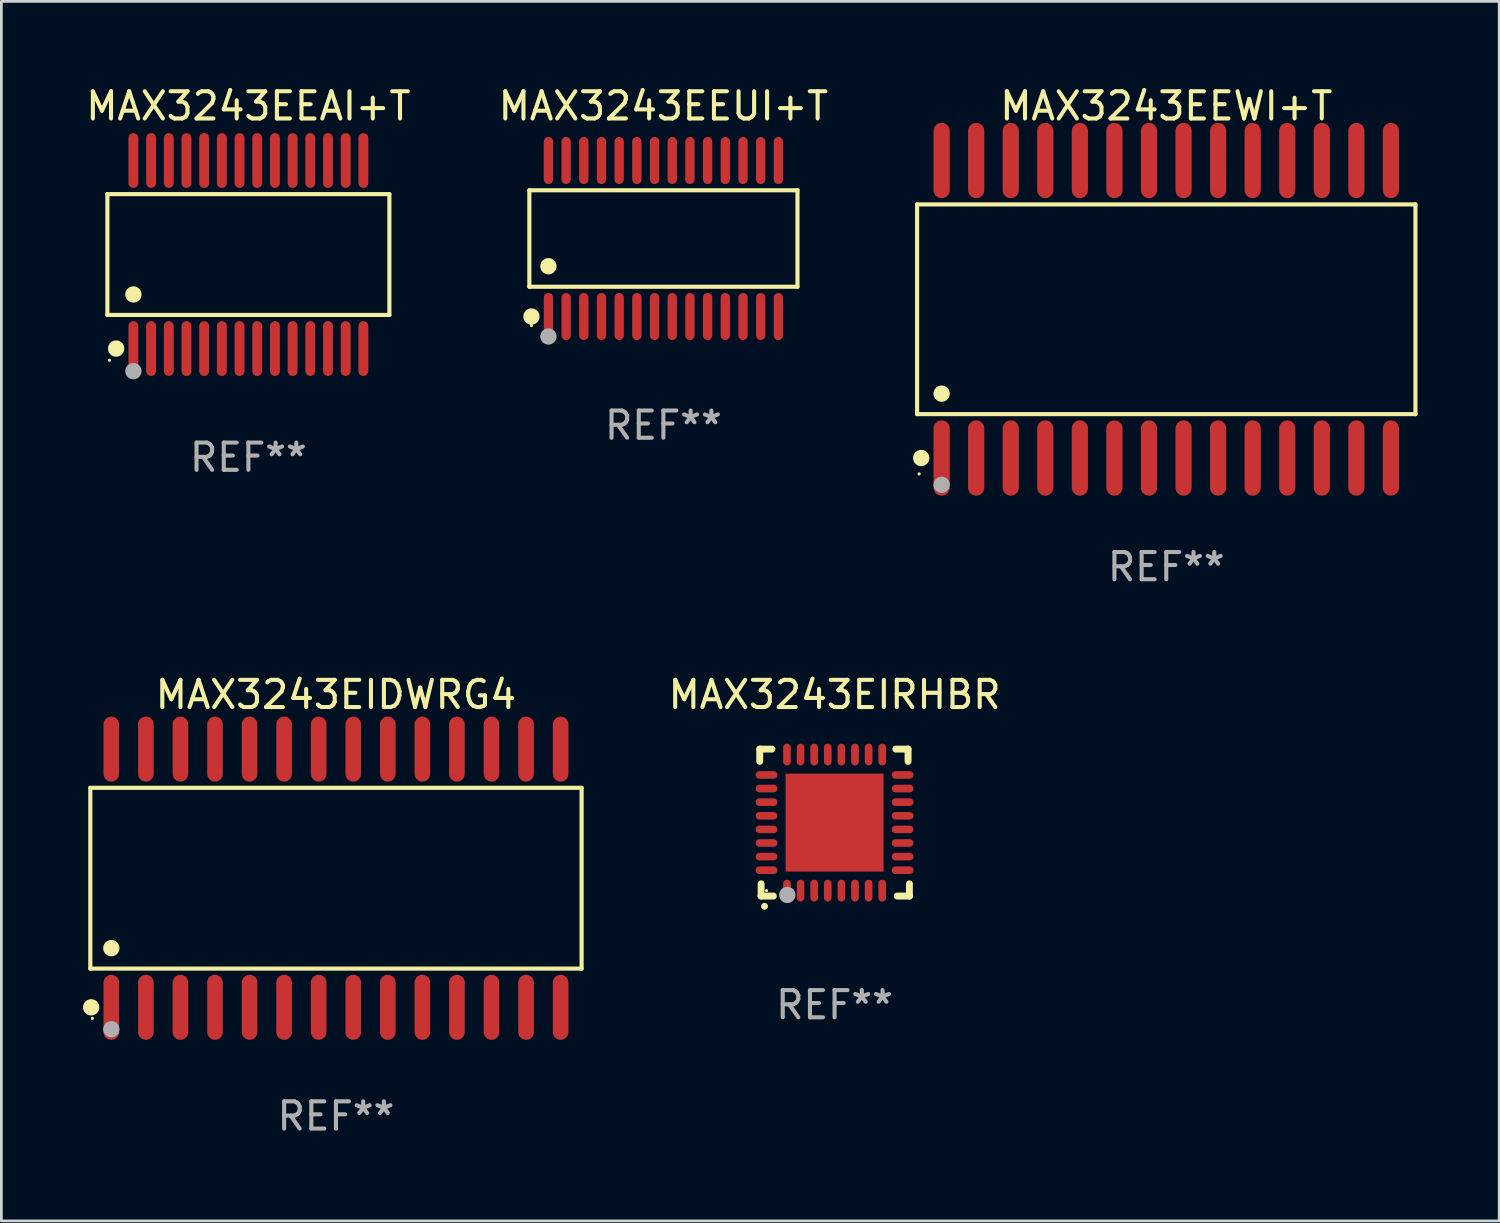
<source format=kicad_pcb>
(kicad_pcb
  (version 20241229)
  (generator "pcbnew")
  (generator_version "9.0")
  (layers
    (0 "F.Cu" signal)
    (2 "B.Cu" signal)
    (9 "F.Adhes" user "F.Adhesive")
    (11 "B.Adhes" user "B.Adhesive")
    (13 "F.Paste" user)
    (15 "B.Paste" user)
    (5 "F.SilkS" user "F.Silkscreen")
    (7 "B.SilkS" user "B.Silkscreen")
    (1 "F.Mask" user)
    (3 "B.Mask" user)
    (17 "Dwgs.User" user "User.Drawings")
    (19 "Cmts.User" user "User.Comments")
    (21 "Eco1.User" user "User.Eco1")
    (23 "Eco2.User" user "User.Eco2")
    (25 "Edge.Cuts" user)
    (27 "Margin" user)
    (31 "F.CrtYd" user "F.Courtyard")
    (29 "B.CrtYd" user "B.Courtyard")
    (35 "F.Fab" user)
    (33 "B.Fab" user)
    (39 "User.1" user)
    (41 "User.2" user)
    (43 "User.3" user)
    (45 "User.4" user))
  (footprint "MAX3243EIRHBR"
    (layer "F.Cu")
    (at 27.617 27.176)
    (property "Reference" "MAX3243EIRHBR" (at 0 -4.7 0) (layer "F.SilkS") (effects (font (size 1 1) (thickness 0.15))))
    (attr through_hole)
    (fp_line (start -2.75 -2.7) (end -2.75 -2.25) (stroke (width 0.254) (type solid)) (layer "F.SilkS"))
    (fp_line (start -2.7 2.7) (end -2.7 2.25) (stroke (width 0.254) (type solid)) (layer "F.SilkS"))
    (fp_line (start -2.3 -2.7) (end -2.75 -2.7) (stroke (width 0.254) (type solid)) (layer "F.SilkS"))
    (fp_line (start -2.25 2.7) (end -2.7 2.7) (stroke (width 0.254) (type solid)) (layer "F.SilkS"))
    (fp_line (start 2.3 2.7) (end 2.75 2.7) (stroke (width 0.254) (type solid)) (layer "F.SilkS"))
    (fp_line (start 2.7 -2.7) (end 2.25 -2.7) (stroke (width 0.254) (type solid)) (layer "F.SilkS"))
    (fp_line (start 2.7 -2.25) (end 2.7 -2.7) (stroke (width 0.254) (type solid)) (layer "F.SilkS"))
    (fp_line (start 2.75 2.7) (end 2.75 2.25) (stroke (width 0.254) (type solid)) (layer "F.SilkS"))
    (fp_arc (start -2.575565 3.075946) (mid -2.574295 3.07594) (end -2.573025 3.075946) (stroke (width 0.25) (type solid)) (layer "F.SilkS"))
    (fp_circle (center -2.5 2.5) (end -2.47 2.5) (stroke (width 0.06) (type solid)) (fill no) (layer "F.SilkS"))
    (fp_circle (center -1.737 2.659) (end -1.587 2.659) (stroke (width 0.3) (type solid)) (fill no) (layer "F.Fab"))
    (fp_text user "REF**" (at 0 6.7 0) (layer "F.Fab") (effects (font (size 1 1) (thickness 0.15))))
    (pad "1" smd oval (at -1.75 2.5) (size 0.28 0.8) (layers "F.Cu" "F.Mask" "F.Paste"))
    (pad "2" smd oval (at -1.25 2.5) (size 0.28 0.8) (layers "F.Cu" "F.Mask" "F.Paste"))
    (pad "3" smd oval (at -0.75 2.5) (size 0.28 0.8) (layers "F.Cu" "F.Mask" "F.Paste"))
    (pad "4" smd oval (at -0.25 2.5) (size 0.28 0.8) (layers "F.Cu" "F.Mask" "F.Paste"))
    (pad "5" smd oval (at 0.25 2.5) (size 0.28 0.8) (layers "F.Cu" "F.Mask" "F.Paste"))
    (pad "6" smd oval (at 0.75 2.5) (size 0.28 0.8) (layers "F.Cu" "F.Mask" "F.Paste"))
    (pad "7" smd oval (at 1.25 2.5) (size 0.28 0.8) (layers "F.Cu" "F.Mask" "F.Paste"))
    (pad "8" smd oval (at 1.75 2.5) (size 0.28 0.8) (layers "F.Cu" "F.Mask" "F.Paste"))
    (pad "9" smd oval (at 2.5 1.75) (size 0.8 0.28) (layers "F.Cu" "F.Mask" "F.Paste"))
    (pad "10" smd oval (at 2.5 1.25) (size 0.8 0.28) (layers "F.Cu" "F.Mask" "F.Paste"))
    (pad "11" smd oval (at 2.5 0.75) (size 0.8 0.28) (layers "F.Cu" "F.Mask" "F.Paste"))
    (pad "12" smd oval (at 2.5 0.25) (size 0.8 0.28) (layers "F.Cu" "F.Mask" "F.Paste"))
    (pad "13" smd oval (at 2.5 -0.25) (size 0.8 0.28) (layers "F.Cu" "F.Mask" "F.Paste"))
    (pad "14" smd oval (at 2.5 -0.75) (size 0.8 0.28) (layers "F.Cu" "F.Mask" "F.Paste"))
    (pad "15" smd oval (at 2.5 -1.25) (size 0.8 0.28) (layers "F.Cu" "F.Mask" "F.Paste"))
    (pad "16" smd oval (at 2.5 -1.75) (size 0.8 0.28) (layers "F.Cu" "F.Mask" "F.Paste"))
    (pad "17" smd oval (at 1.75 -2.5) (size 0.28 0.8) (layers "F.Cu" "F.Mask" "F.Paste"))
    (pad "18" smd oval (at 1.25 -2.5) (size 0.28 0.8) (layers "F.Cu" "F.Mask" "F.Paste"))
    (pad "19" smd oval (at 0.75 -2.5) (size 0.28 0.8) (layers "F.Cu" "F.Mask" "F.Paste"))
    (pad "20" smd oval (at 0.25 -2.5) (size 0.28 0.8) (layers "F.Cu" "F.Mask" "F.Paste"))
    (pad "21" smd oval (at -0.25 -2.5) (size 0.28 0.8) (layers "F.Cu" "F.Mask" "F.Paste"))
    (pad "22" smd oval (at -0.75 -2.5) (size 0.28 0.8) (layers "F.Cu" "F.Mask" "F.Paste"))
    (pad "23" smd oval (at -1.25 -2.5) (size 0.28 0.8) (layers "F.Cu" "F.Mask" "F.Paste"))
    (pad "24" smd oval (at -1.75 -2.5) (size 0.28 0.8) (layers "F.Cu" "F.Mask" "F.Paste"))
    (pad "25" smd oval (at -2.5 -1.75) (size 0.8 0.28) (layers "F.Cu" "F.Mask" "F.Paste"))
    (pad "26" smd oval (at -2.5 -1.25) (size 0.8 0.28) (layers "F.Cu" "F.Mask" "F.Paste"))
    (pad "27" smd oval (at -2.5 -0.75) (size 0.8 0.28) (layers "F.Cu" "F.Mask" "F.Paste"))
    (pad "28" smd oval (at -2.5 -0.25) (size 0.8 0.28) (layers "F.Cu" "F.Mask" "F.Paste"))
    (pad "29" smd oval (at -2.5 0.25) (size 0.8 0.28) (layers "F.Cu" "F.Mask" "F.Paste"))
    (pad "30" smd oval (at -2.5 0.75) (size 0.8 0.28) (layers "F.Cu" "F.Mask" "F.Paste"))
    (pad "31" smd oval (at -2.5 1.25) (size 0.8 0.28) (layers "F.Cu" "F.Mask" "F.Paste"))
    (pad "32" smd oval (at -2.5 1.75) (size 0.8 0.28) (layers "F.Cu" "F.Mask" "F.Paste"))
    (pad "33" smd rect (at 0.000076 0.000076) (size 3.6 3.6) (layers "F.Cu" "F.Mask" "F.Paste")))
  (footprint "MAX3243EEWI+T"
    (layer "F.Cu")
    (at 39.805 8.314)
    (property "Reference" "MAX3243EEWI+T" (at 0 -7.466 0) (layer "F.SilkS") (effects (font (size 1 1) (thickness 0.15))))
    (attr through_hole)
    (fp_line (start -9.156 -3.854) (end 9.156 -3.854) (stroke (width 0.152) (type solid)) (layer "F.SilkS"))
    (fp_line (start -9.156 3.854) (end -9.156 -3.854) (stroke (width 0.152) (type solid)) (layer "F.SilkS"))
    (fp_line (start 9.156 -3.854) (end 9.156 3.854) (stroke (width 0.152) (type solid)) (layer "F.SilkS"))
    (fp_line (start 9.156 3.854) (end -9.156 3.854) (stroke (width 0.152) (type solid)) (layer "F.SilkS"))
    (fp_circle (center -9.08 6.05) (end -9.05 6.05) (stroke (width 0.06) (type solid)) (fill no) (layer "F.SilkS"))
    (fp_circle (center -9.005 5.466) (end -8.855 5.466) (stroke (width 0.3) (type solid)) (fill no) (layer "F.SilkS"))
    (fp_circle (center -8.255 3.102) (end -8.105 3.102) (stroke (width 0.3) (type solid)) (fill no) (layer "F.SilkS"))
    (fp_circle (center -8.255 6.45) (end -8.105 6.45) (stroke (width 0.3) (type solid)) (fill no) (layer "F.Fab"))
    (fp_text user "REF**" (at 0 9.466 0) (layer "F.Fab") (effects (font (size 1 1) (thickness 0.15))))
    (pad "1" smd oval (at -8.255 5.466) (size 0.595 2.766) (layers "F.Cu" "F.Mask" "F.Paste"))
    (pad "2" smd oval (at -6.985 5.466) (size 0.595 2.766) (layers "F.Cu" "F.Mask" "F.Paste"))
    (pad "3" smd oval (at -5.715 5.466) (size 0.595 2.766) (layers "F.Cu" "F.Mask" "F.Paste"))
    (pad "4" smd oval (at -4.445 5.466) (size 0.595 2.766) (layers "F.Cu" "F.Mask" "F.Paste"))
    (pad "5" smd oval (at -3.175 5.466) (size 0.595 2.766) (layers "F.Cu" "F.Mask" "F.Paste"))
    (pad "6" smd oval (at -1.905 5.466) (size 0.595 2.766) (layers "F.Cu" "F.Mask" "F.Paste"))
    (pad "7" smd oval (at -0.635 5.466) (size 0.595 2.766) (layers "F.Cu" "F.Mask" "F.Paste"))
    (pad "8" smd oval (at 0.635 5.466) (size 0.595 2.766) (layers "F.Cu" "F.Mask" "F.Paste"))
    (pad "9" smd oval (at 1.905 5.466) (size 0.595 2.766) (layers "F.Cu" "F.Mask" "F.Paste"))
    (pad "10" smd oval (at 3.175 5.466) (size 0.595 2.766) (layers "F.Cu" "F.Mask" "F.Paste"))
    (pad "11" smd oval (at 4.445 5.466) (size 0.595 2.766) (layers "F.Cu" "F.Mask" "F.Paste"))
    (pad "12" smd oval (at 5.715 5.466) (size 0.595 2.766) (layers "F.Cu" "F.Mask" "F.Paste"))
    (pad "13" smd oval (at 6.985 5.466) (size 0.595 2.766) (layers "F.Cu" "F.Mask" "F.Paste"))
    (pad "14" smd oval (at 8.255 5.466) (size 0.595 2.766) (layers "F.Cu" "F.Mask" "F.Paste"))
    (pad "15" smd oval (at 8.255 -5.466) (size 0.595 2.766) (layers "F.Cu" "F.Mask" "F.Paste"))
    (pad "16" smd oval (at 6.985 -5.466) (size 0.595 2.766) (layers "F.Cu" "F.Mask" "F.Paste"))
    (pad "17" smd oval (at 5.715 -5.466) (size 0.595 2.766) (layers "F.Cu" "F.Mask" "F.Paste"))
    (pad "18" smd oval (at 4.445 -5.466) (size 0.595 2.766) (layers "F.Cu" "F.Mask" "F.Paste"))
    (pad "19" smd oval (at 3.175 -5.466) (size 0.595 2.766) (layers "F.Cu" "F.Mask" "F.Paste"))
    (pad "20" smd oval (at 1.905 -5.466) (size 0.595 2.766) (layers "F.Cu" "F.Mask" "F.Paste"))
    (pad "21" smd oval (at 0.635 -5.466) (size 0.595 2.766) (layers "F.Cu" "F.Mask" "F.Paste"))
    (pad "22" smd oval (at -0.635 -5.466) (size 0.595 2.766) (layers "F.Cu" "F.Mask" "F.Paste"))
    (pad "23" smd oval (at -1.905 -5.466) (size 0.595 2.766) (layers "F.Cu" "F.Mask" "F.Paste"))
    (pad "24" smd oval (at -3.175 -5.466) (size 0.595 2.766) (layers "F.Cu" "F.Mask" "F.Paste"))
    (pad "25" smd oval (at -4.445 -5.466) (size 0.595 2.766) (layers "F.Cu" "F.Mask" "F.Paste"))
    (pad "26" smd oval (at -5.715 -5.466) (size 0.595 2.766) (layers "F.Cu" "F.Mask" "F.Paste"))
    (pad "27" smd oval (at -6.985 -5.466) (size 0.595 2.766) (layers "F.Cu" "F.Mask" "F.Paste"))
    (pad "28" smd oval (at -8.255 -5.466) (size 0.595 2.766) (layers "F.Cu" "F.Mask" "F.Paste")))
  (footprint "MAX3243EIDWRG4"
    (layer "F.Cu")
    (at 9.295 29.22)
    (property "Reference" "MAX3243EIDWRG4" (at 0 -6.744 0) (layer "F.SilkS") (effects (font (size 1 1) (thickness 0.15))))
    (attr through_hole)
    (fp_line (start -9.026 -3.321) (end 9.026 -3.321) (stroke (width 0.152) (type solid)) (layer "F.SilkS"))
    (fp_line (start -9.026 3.321) (end -9.026 -3.321) (stroke (width 0.152) (type solid)) (layer "F.SilkS"))
    (fp_line (start 9.026 -3.321) (end 9.026 3.321) (stroke (width 0.152) (type solid)) (layer "F.SilkS"))
    (fp_line (start 9.026 3.321) (end -9.026 3.321) (stroke (width 0.152) (type solid)) (layer "F.SilkS"))
    (fp_circle (center -8.994 4.744) (end -8.844 4.744) (stroke (width 0.3) (type solid)) (fill no) (layer "F.SilkS"))
    (fp_circle (center -8.95 5.15) (end -8.92 5.15) (stroke (width 0.06) (type solid)) (fill no) (layer "F.SilkS"))
    (fp_circle (center -8.255 2.569) (end -8.105 2.569) (stroke (width 0.3) (type solid)) (fill no) (layer "F.SilkS"))
    (fp_circle (center -8.255 5.55) (end -8.105 5.55) (stroke (width 0.3) (type solid)) (fill no) (layer "F.Fab"))
    (fp_text user "REF**" (at 0 8.744 0) (layer "F.Fab") (effects (font (size 1 1) (thickness 0.15))))
    (pad "1" smd oval (at -8.255 4.744) (size 0.574 2.388) (layers "F.Cu" "F.Mask" "F.Paste"))
    (pad "2" smd oval (at -6.985 4.744) (size 0.574 2.388) (layers "F.Cu" "F.Mask" "F.Paste"))
    (pad "3" smd oval (at -5.715 4.744) (size 0.574 2.388) (layers "F.Cu" "F.Mask" "F.Paste"))
    (pad "4" smd oval (at -4.445 4.744) (size 0.574 2.388) (layers "F.Cu" "F.Mask" "F.Paste"))
    (pad "5" smd oval (at -3.175 4.744) (size 0.574 2.388) (layers "F.Cu" "F.Mask" "F.Paste"))
    (pad "6" smd oval (at -1.905 4.744) (size 0.574 2.388) (layers "F.Cu" "F.Mask" "F.Paste"))
    (pad "7" smd oval (at -0.635 4.744) (size 0.574 2.388) (layers "F.Cu" "F.Mask" "F.Paste"))
    (pad "8" smd oval (at 0.635 4.744) (size 0.574 2.388) (layers "F.Cu" "F.Mask" "F.Paste"))
    (pad "9" smd oval (at 1.905 4.744) (size 0.574 2.388) (layers "F.Cu" "F.Mask" "F.Paste"))
    (pad "10" smd oval (at 3.175 4.744) (size 0.574 2.388) (layers "F.Cu" "F.Mask" "F.Paste"))
    (pad "11" smd oval (at 4.445 4.744) (size 0.574 2.388) (layers "F.Cu" "F.Mask" "F.Paste"))
    (pad "12" smd oval (at 5.715 4.744) (size 0.574 2.388) (layers "F.Cu" "F.Mask" "F.Paste"))
    (pad "13" smd oval (at 6.985 4.744) (size 0.574 2.388) (layers "F.Cu" "F.Mask" "F.Paste"))
    (pad "14" smd oval (at 8.255 4.744) (size 0.574 2.388) (layers "F.Cu" "F.Mask" "F.Paste"))
    (pad "15" smd oval (at 8.255 -4.744) (size 0.574 2.388) (layers "F.Cu" "F.Mask" "F.Paste"))
    (pad "16" smd oval (at 6.985 -4.744) (size 0.574 2.388) (layers "F.Cu" "F.Mask" "F.Paste"))
    (pad "17" smd oval (at 5.715 -4.744) (size 0.574 2.388) (layers "F.Cu" "F.Mask" "F.Paste"))
    (pad "18" smd oval (at 4.445 -4.744) (size 0.574 2.388) (layers "F.Cu" "F.Mask" "F.Paste"))
    (pad "19" smd oval (at 3.175 -4.744) (size 0.574 2.388) (layers "F.Cu" "F.Mask" "F.Paste"))
    (pad "20" smd oval (at 1.905 -4.744) (size 0.574 2.388) (layers "F.Cu" "F.Mask" "F.Paste"))
    (pad "21" smd oval (at 0.635 -4.744) (size 0.574 2.388) (layers "F.Cu" "F.Mask" "F.Paste"))
    (pad "22" smd oval (at -0.635 -4.744) (size 0.574 2.388) (layers "F.Cu" "F.Mask" "F.Paste"))
    (pad "23" smd oval (at -1.905 -4.744) (size 0.574 2.388) (layers "F.Cu" "F.Mask" "F.Paste"))
    (pad "24" smd oval (at -3.175 -4.744) (size 0.574 2.388) (layers "F.Cu" "F.Mask" "F.Paste"))
    (pad "25" smd oval (at -4.445 -4.744) (size 0.574 2.388) (layers "F.Cu" "F.Mask" "F.Paste"))
    (pad "26" smd oval (at -5.715 -4.744) (size 0.574 2.388) (layers "F.Cu" "F.Mask" "F.Paste"))
    (pad "27" smd oval (at -6.985 -4.744) (size 0.574 2.388) (layers "F.Cu" "F.Mask" "F.Paste"))
    (pad "28" smd oval (at -8.255 -4.744) (size 0.574 2.388) (layers "F.Cu" "F.Mask" "F.Paste")))
  (footprint "MAX3243EEAI+T"
    (layer "F.Cu")
    (at 6.077 6.303)
    (property "Reference" "MAX3243EEAI+T" (at 0 -5.455 0) (layer "F.SilkS") (effects (font (size 1 1) (thickness 0.15))))
    (attr through_hole)
    (fp_line (start -5.181 -2.219) (end 5.181 -2.219) (stroke (width 0.152) (type solid)) (layer "F.SilkS"))
    (fp_line (start -5.181 2.219) (end -5.181 -2.219) (stroke (width 0.152) (type solid)) (layer "F.SilkS"))
    (fp_line (start 5.181 -2.219) (end 5.181 2.219) (stroke (width 0.152) (type solid)) (layer "F.SilkS"))
    (fp_line (start 5.181 2.219) (end -5.181 2.219) (stroke (width 0.152) (type solid)) (layer "F.SilkS"))
    (fp_circle (center -5.105 3.885) (end -5.075 3.885) (stroke (width 0.06) (type solid)) (fill no) (layer "F.SilkS"))
    (fp_circle (center -4.859 3.455) (end -4.709 3.455) (stroke (width 0.3) (type solid)) (fill no) (layer "F.SilkS"))
    (fp_circle (center -4.225 1.467) (end -4.075 1.467) (stroke (width 0.3) (type solid)) (fill no) (layer "F.SilkS"))
    (fp_circle (center -4.225 4.285) (end -4.075 4.285) (stroke (width 0.3) (type solid)) (fill no) (layer "F.Fab"))
    (fp_text user "REF**" (at 0 7.455 0) (layer "F.Fab") (effects (font (size 1 1) (thickness 0.15))))
    (pad "1" smd oval (at -4.225 3.455) (size 0.364 2.015) (layers "F.Cu" "F.Mask" "F.Paste"))
    (pad "2" smd oval (at -3.575 3.455) (size 0.364 2.015) (layers "F.Cu" "F.Mask" "F.Paste"))
    (pad "3" smd oval (at -2.925 3.455) (size 0.364 2.015) (layers "F.Cu" "F.Mask" "F.Paste"))
    (pad "4" smd oval (at -2.275 3.455) (size 0.364 2.015) (layers "F.Cu" "F.Mask" "F.Paste"))
    (pad "5" smd oval (at -1.625 3.455) (size 0.364 2.015) (layers "F.Cu" "F.Mask" "F.Paste"))
    (pad "6" smd oval (at -0.975 3.455) (size 0.364 2.015) (layers "F.Cu" "F.Mask" "F.Paste"))
    (pad "7" smd oval (at -0.325 3.455) (size 0.364 2.015) (layers "F.Cu" "F.Mask" "F.Paste"))
    (pad "8" smd oval (at 0.325 3.455) (size 0.364 2.015) (layers "F.Cu" "F.Mask" "F.Paste"))
    (pad "9" smd oval (at 0.975 3.455) (size 0.364 2.015) (layers "F.Cu" "F.Mask" "F.Paste"))
    (pad "10" smd oval (at 1.625 3.455) (size 0.364 2.015) (layers "F.Cu" "F.Mask" "F.Paste"))
    (pad "11" smd oval (at 2.275 3.455) (size 0.364 2.015) (layers "F.Cu" "F.Mask" "F.Paste"))
    (pad "12" smd oval (at 2.925 3.455) (size 0.364 2.015) (layers "F.Cu" "F.Mask" "F.Paste"))
    (pad "13" smd oval (at 3.575 3.455) (size 0.364 2.015) (layers "F.Cu" "F.Mask" "F.Paste"))
    (pad "14" smd oval (at 4.225 3.455) (size 0.364 2.015) (layers "F.Cu" "F.Mask" "F.Paste"))
    (pad "15" smd oval (at 4.225 -3.455) (size 0.364 2.015) (layers "F.Cu" "F.Mask" "F.Paste"))
    (pad "16" smd oval (at 3.575 -3.455) (size 0.364 2.015) (layers "F.Cu" "F.Mask" "F.Paste"))
    (pad "17" smd oval (at 2.925 -3.455) (size 0.364 2.015) (layers "F.Cu" "F.Mask" "F.Paste"))
    (pad "18" smd oval (at 2.275 -3.455) (size 0.364 2.015) (layers "F.Cu" "F.Mask" "F.Paste"))
    (pad "19" smd oval (at 1.625 -3.455) (size 0.364 2.015) (layers "F.Cu" "F.Mask" "F.Paste"))
    (pad "20" smd oval (at 0.975 -3.455) (size 0.364 2.015) (layers "F.Cu" "F.Mask" "F.Paste"))
    (pad "21" smd oval (at 0.325 -3.455) (size 0.364 2.015) (layers "F.Cu" "F.Mask" "F.Paste"))
    (pad "22" smd oval (at -0.325 -3.455) (size 0.364 2.015) (layers "F.Cu" "F.Mask" "F.Paste"))
    (pad "23" smd oval (at -0.975 -3.455) (size 0.364 2.015) (layers "F.Cu" "F.Mask" "F.Paste"))
    (pad "24" smd oval (at -1.625 -3.455) (size 0.364 2.015) (layers "F.Cu" "F.Mask" "F.Paste"))
    (pad "25" smd oval (at -2.275 -3.455) (size 0.364 2.015) (layers "F.Cu" "F.Mask" "F.Paste"))
    (pad "26" smd oval (at -2.925 -3.455) (size 0.364 2.015) (layers "F.Cu" "F.Mask" "F.Paste"))
    (pad "27" smd oval (at -3.575 -3.455) (size 0.364 2.015) (layers "F.Cu" "F.Mask" "F.Paste"))
    (pad "28" smd oval (at -4.225 -3.455) (size 0.364 2.015) (layers "F.Cu" "F.Mask" "F.Paste")))
  (footprint "MAX3243EEUI+T"
    (layer "F.Cu")
    (at 21.327 5.714)
    (property "Reference" "MAX3243EEUI+T" (at 0 -4.866 0) (layer "F.SilkS") (effects (font (size 1 1) (thickness 0.15))))
    (attr through_hole)
    (fp_line (start -4.926 -1.772) (end 4.926 -1.772) (stroke (width 0.152) (type solid)) (layer "F.SilkS"))
    (fp_line (start -4.926 1.771) (end -4.926 -1.772) (stroke (width 0.152) (type solid)) (layer "F.SilkS"))
    (fp_line (start 4.926 -1.772) (end 4.926 1.771) (stroke (width 0.152) (type solid)) (layer "F.SilkS"))
    (fp_line (start 4.926 1.771) (end -4.926 1.771) (stroke (width 0.152) (type solid)) (layer "F.SilkS"))
    (fp_circle (center -4.85 3.2) (end -4.82 3.2) (stroke (width 0.06) (type solid)) (fill no) (layer "F.SilkS"))
    (fp_circle (center -4.849 2.866) (end -4.699 2.866) (stroke (width 0.3) (type solid)) (fill no) (layer "F.SilkS"))
    (fp_circle (center -4.225 1.019) (end -4.075 1.019) (stroke (width 0.3) (type solid)) (fill no) (layer "F.SilkS"))
    (fp_circle (center -4.225 3.6) (end -4.075 3.6) (stroke (width 0.3) (type solid)) (fill no) (layer "F.Fab"))
    (fp_text user "REF**" (at 0 6.866 0) (layer "F.Fab") (effects (font (size 1 1) (thickness 0.15))))
    (pad "1" smd oval (at -4.225 2.866) (size 0.343 1.731) (layers "F.Cu" "F.Mask" "F.Paste"))
    (pad "2" smd oval (at -3.575 2.866) (size 0.343 1.731) (layers "F.Cu" "F.Mask" "F.Paste"))
    (pad "3" smd oval (at -2.925 2.866) (size 0.343 1.731) (layers "F.Cu" "F.Mask" "F.Paste"))
    (pad "4" smd oval (at -2.275 2.866) (size 0.343 1.731) (layers "F.Cu" "F.Mask" "F.Paste"))
    (pad "5" smd oval (at -1.625 2.866) (size 0.343 1.731) (layers "F.Cu" "F.Mask" "F.Paste"))
    (pad "6" smd oval (at -0.975 2.866) (size 0.343 1.731) (layers "F.Cu" "F.Mask" "F.Paste"))
    (pad "7" smd oval (at -0.325 2.866) (size 0.343 1.731) (layers "F.Cu" "F.Mask" "F.Paste"))
    (pad "8" smd oval (at 0.325 2.866) (size 0.343 1.731) (layers "F.Cu" "F.Mask" "F.Paste"))
    (pad "9" smd oval (at 0.975 2.866) (size 0.343 1.731) (layers "F.Cu" "F.Mask" "F.Paste"))
    (pad "10" smd oval (at 1.625 2.866) (size 0.343 1.731) (layers "F.Cu" "F.Mask" "F.Paste"))
    (pad "11" smd oval (at 2.275 2.866) (size 0.343 1.731) (layers "F.Cu" "F.Mask" "F.Paste"))
    (pad "12" smd oval (at 2.925 2.866) (size 0.343 1.731) (layers "F.Cu" "F.Mask" "F.Paste"))
    (pad "13" smd oval (at 3.575 2.866) (size 0.343 1.731) (layers "F.Cu" "F.Mask" "F.Paste"))
    (pad "14" smd oval (at 4.225 2.866) (size 0.343 1.731) (layers "F.Cu" "F.Mask" "F.Paste"))
    (pad "15" smd oval (at 4.225 -2.866) (size 0.343 1.731) (layers "F.Cu" "F.Mask" "F.Paste"))
    (pad "16" smd oval (at 3.575 -2.866) (size 0.343 1.731) (layers "F.Cu" "F.Mask" "F.Paste"))
    (pad "17" smd oval (at 2.925 -2.866) (size 0.343 1.731) (layers "F.Cu" "F.Mask" "F.Paste"))
    (pad "18" smd oval (at 2.275 -2.866) (size 0.343 1.731) (layers "F.Cu" "F.Mask" "F.Paste"))
    (pad "19" smd oval (at 1.625 -2.866) (size 0.343 1.731) (layers "F.Cu" "F.Mask" "F.Paste"))
    (pad "20" smd oval (at 0.975 -2.866) (size 0.343 1.731) (layers "F.Cu" "F.Mask" "F.Paste"))
    (pad "21" smd oval (at 0.325 -2.866) (size 0.343 1.731) (layers "F.Cu" "F.Mask" "F.Paste"))
    (pad "22" smd oval (at -0.325 -2.866) (size 0.343 1.731) (layers "F.Cu" "F.Mask" "F.Paste"))
    (pad "23" smd oval (at -0.975 -2.866) (size 0.343 1.731) (layers "F.Cu" "F.Mask" "F.Paste"))
    (pad "24" smd oval (at -1.625 -2.866) (size 0.343 1.731) (layers "F.Cu" "F.Mask" "F.Paste"))
    (pad "25" smd oval (at -2.275 -2.866) (size 0.343 1.731) (layers "F.Cu" "F.Mask" "F.Paste"))
    (pad "26" smd oval (at -2.925 -2.866) (size 0.343 1.731) (layers "F.Cu" "F.Mask" "F.Paste"))
    (pad "27" smd oval (at -3.575 -2.866) (size 0.343 1.731) (layers "F.Cu" "F.Mask" "F.Paste"))
    (pad "28" smd oval (at -4.225 -2.866) (size 0.343 1.731) (layers "F.Cu" "F.Mask" "F.Paste")))
  (gr_rect
    (start -3 -3)
    (end 52.037 41.812)
    (stroke (width 0.1) (type default))
    (fill no)
    (layer "Edge.Cuts")))
</source>
